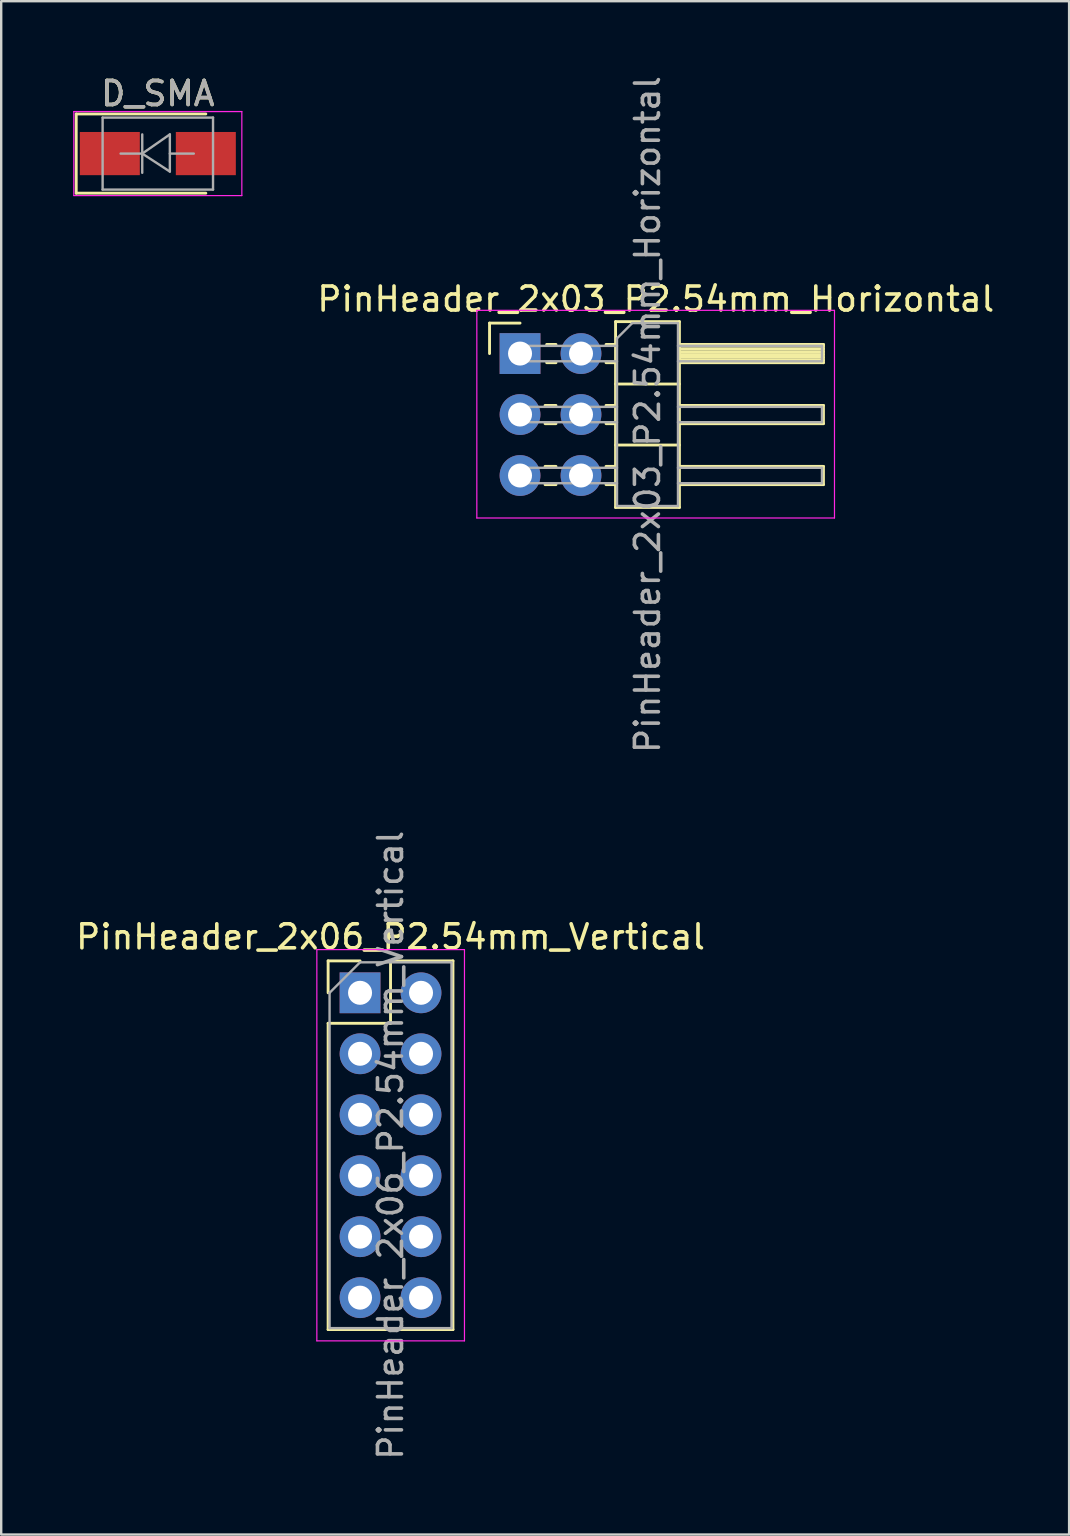
<source format=kicad_pcb>
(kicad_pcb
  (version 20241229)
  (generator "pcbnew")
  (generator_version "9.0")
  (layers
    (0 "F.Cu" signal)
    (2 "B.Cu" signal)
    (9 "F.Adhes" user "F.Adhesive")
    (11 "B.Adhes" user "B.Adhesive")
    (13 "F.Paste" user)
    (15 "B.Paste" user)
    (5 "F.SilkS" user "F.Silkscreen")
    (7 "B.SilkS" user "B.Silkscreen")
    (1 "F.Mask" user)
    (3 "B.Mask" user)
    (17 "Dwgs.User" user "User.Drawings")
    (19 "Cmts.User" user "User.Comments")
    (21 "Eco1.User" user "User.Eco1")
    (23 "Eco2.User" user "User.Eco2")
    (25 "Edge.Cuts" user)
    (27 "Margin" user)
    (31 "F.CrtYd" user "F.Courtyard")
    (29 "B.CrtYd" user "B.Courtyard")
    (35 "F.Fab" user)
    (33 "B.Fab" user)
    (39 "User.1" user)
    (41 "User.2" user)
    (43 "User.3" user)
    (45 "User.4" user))
  (footprint "D_SMA"
    (layer "F.Cu")
    (at 3.525 3.348)
    (property "Reference" "D_SMA" (at 0 -2.5 0) (layer "F.SilkS") (effects (font (size 1 1) (thickness 0.15))))
    (attr smd)
    (fp_line (start -3.4 -1.65) (end -3.4 1.65) (stroke (width 0.12) (type solid)) (layer "F.SilkS"))
    (fp_line (start -3.4 -1.65) (end 2 -1.65) (stroke (width 0.12) (type solid)) (layer "F.SilkS"))
    (fp_line (start -3.4 1.65) (end 2 1.65) (stroke (width 0.12) (type solid)) (layer "F.SilkS"))
    (fp_line (start -3.5 -1.75) (end 3.5 -1.75) (stroke (width 0.05) (type solid)) (layer "F.CrtYd"))
    (fp_line (start -3.5 1.75) (end -3.5 -1.75) (stroke (width 0.05) (type solid)) (layer "F.CrtYd"))
    (fp_line (start 3.5 -1.75) (end 3.5 1.75) (stroke (width 0.05) (type solid)) (layer "F.CrtYd"))
    (fp_line (start 3.5 1.75) (end -3.5 1.75) (stroke (width 0.05) (type solid)) (layer "F.CrtYd"))
    (fp_line (start -2.3 1.5) (end -2.3 -1.5) (stroke (width 0.1) (type solid)) (layer "F.Fab"))
    (fp_line (start -0.649 -0.799) (end -0.649 0.801) (stroke (width 0.1) (type solid)) (layer "F.Fab"))
    (fp_line (start -0.649 0.001) (end -1.551 0.001) (stroke (width 0.1) (type solid)) (layer "F.Fab"))
    (fp_line (start -0.649 0.001) (end 0.501 -0.799) (stroke (width 0.1) (type solid)) (layer "F.Fab"))
    (fp_line (start -0.649 0.001) (end 0.501 0.75) (stroke (width 0.1) (type solid)) (layer "F.Fab"))
    (fp_line (start 0.501 0.001) (end 1.499 0.001) (stroke (width 0.1) (type solid)) (layer "F.Fab"))
    (fp_line (start 0.501 0.75) (end 0.501 -0.799) (stroke (width 0.1) (type solid)) (layer "F.Fab"))
    (fp_line (start 2.3 -1.5) (end -2.3 -1.5) (stroke (width 0.1) (type solid)) (layer "F.Fab"))
    (fp_line (start 2.3 -1.5) (end 2.3 1.5) (stroke (width 0.1) (type solid)) (layer "F.Fab"))
    (fp_line (start 2.3 1.5) (end -2.3 1.5) (stroke (width 0.1) (type solid)) (layer "F.Fab"))
    (fp_text user "${REFERENCE}" (at 0 -2.5 0) (layer "F.Fab") (effects (font (size 1 1) (thickness 0.15))))
    (pad "1" smd rect (at 2 0) (size 2.5 1.8) (layers "F.Cu" "F.Mask" "F.Paste"))
    (pad "2" smd rect (at -2 0) (size 2.5 1.8) (layers "F.Cu" "F.Mask" "F.Paste")))
  (footprint "PinHeader_2x03_P2.54mm_Horizontal"
    (layer "F.Cu")
    (at 18.615 11.68)
    (property "Reference" "PinHeader_2x03_P2.54mm_Horizontal" (at 5.655 -2.27 0) (layer "F.SilkS") (effects (font (size 1 1) (thickness 0.15))))
    (attr through_hole)
    (fp_line (start -1.27 -1.27) (end 0 -1.27) (stroke (width 0.12) (type solid)) (layer "F.SilkS"))
    (fp_line (start -1.27 0) (end -1.27 -1.27) (stroke (width 0.12) (type solid)) (layer "F.SilkS"))
    (fp_line (start 1.043 2.16) (end 1.497 2.16) (stroke (width 0.12) (type solid)) (layer "F.SilkS"))
    (fp_line (start 1.043 2.92) (end 1.497 2.92) (stroke (width 0.12) (type solid)) (layer "F.SilkS"))
    (fp_line (start 1.043 4.7) (end 1.497 4.7) (stroke (width 0.12) (type solid)) (layer "F.SilkS"))
    (fp_line (start 1.043 5.46) (end 1.497 5.46) (stroke (width 0.12) (type solid)) (layer "F.SilkS"))
    (fp_line (start 1.11 -0.38) (end 1.497 -0.38) (stroke (width 0.12) (type solid)) (layer "F.SilkS"))
    (fp_line (start 1.11 0.38) (end 1.497 0.38) (stroke (width 0.12) (type solid)) (layer "F.SilkS"))
    (fp_line (start 3.583 -0.38) (end 3.98 -0.38) (stroke (width 0.12) (type solid)) (layer "F.SilkS"))
    (fp_line (start 3.583 0.38) (end 3.98 0.38) (stroke (width 0.12) (type solid)) (layer "F.SilkS"))
    (fp_line (start 3.583 2.16) (end 3.98 2.16) (stroke (width 0.12) (type solid)) (layer "F.SilkS"))
    (fp_line (start 3.583 2.92) (end 3.98 2.92) (stroke (width 0.12) (type solid)) (layer "F.SilkS"))
    (fp_line (start 3.583 4.7) (end 3.98 4.7) (stroke (width 0.12) (type solid)) (layer "F.SilkS"))
    (fp_line (start 3.583 5.46) (end 3.98 5.46) (stroke (width 0.12) (type solid)) (layer "F.SilkS"))
    (fp_line (start 3.98 -1.33) (end 3.98 6.41) (stroke (width 0.12) (type solid)) (layer "F.SilkS"))
    (fp_line (start 3.98 1.27) (end 6.64 1.27) (stroke (width 0.12) (type solid)) (layer "F.SilkS"))
    (fp_line (start 3.98 3.81) (end 6.64 3.81) (stroke (width 0.12) (type solid)) (layer "F.SilkS"))
    (fp_line (start 3.98 6.41) (end 6.64 6.41) (stroke (width 0.12) (type solid)) (layer "F.SilkS"))
    (fp_line (start 6.64 -1.33) (end 3.98 -1.33) (stroke (width 0.12) (type solid)) (layer "F.SilkS"))
    (fp_line (start 6.64 -0.38) (end 12.64 -0.38) (stroke (width 0.12) (type solid)) (layer "F.SilkS"))
    (fp_line (start 6.64 -0.32) (end 12.64 -0.32) (stroke (width 0.12) (type solid)) (layer "F.SilkS"))
    (fp_line (start 6.64 -0.2) (end 12.64 -0.2) (stroke (width 0.12) (type solid)) (layer "F.SilkS"))
    (fp_line (start 6.64 -0.08) (end 12.64 -0.08) (stroke (width 0.12) (type solid)) (layer "F.SilkS"))
    (fp_line (start 6.64 0.04) (end 12.64 0.04) (stroke (width 0.12) (type solid)) (layer "F.SilkS"))
    (fp_line (start 6.64 0.16) (end 12.64 0.16) (stroke (width 0.12) (type solid)) (layer "F.SilkS"))
    (fp_line (start 6.64 0.28) (end 12.64 0.28) (stroke (width 0.12) (type solid)) (layer "F.SilkS"))
    (fp_line (start 6.64 2.16) (end 12.64 2.16) (stroke (width 0.12) (type solid)) (layer "F.SilkS"))
    (fp_line (start 6.64 4.7) (end 12.64 4.7) (stroke (width 0.12) (type solid)) (layer "F.SilkS"))
    (fp_line (start 6.64 6.41) (end 6.64 -1.33) (stroke (width 0.12) (type solid)) (layer "F.SilkS"))
    (fp_line (start 12.64 -0.38) (end 12.64 0.38) (stroke (width 0.12) (type solid)) (layer "F.SilkS"))
    (fp_line (start 12.64 0.38) (end 6.64 0.38) (stroke (width 0.12) (type solid)) (layer "F.SilkS"))
    (fp_line (start 12.64 2.16) (end 12.64 2.92) (stroke (width 0.12) (type solid)) (layer "F.SilkS"))
    (fp_line (start 12.64 2.92) (end 6.64 2.92) (stroke (width 0.12) (type solid)) (layer "F.SilkS"))
    (fp_line (start 12.64 4.7) (end 12.64 5.46) (stroke (width 0.12) (type solid)) (layer "F.SilkS"))
    (fp_line (start 12.64 5.46) (end 6.64 5.46) (stroke (width 0.12) (type solid)) (layer "F.SilkS"))
    (fp_line (start -1.8 -1.8) (end -1.8 6.85) (stroke (width 0.05) (type solid)) (layer "F.CrtYd"))
    (fp_line (start -1.8 6.85) (end 13.1 6.85) (stroke (width 0.05) (type solid)) (layer "F.CrtYd"))
    (fp_line (start 13.1 -1.8) (end -1.8 -1.8) (stroke (width 0.05) (type solid)) (layer "F.CrtYd"))
    (fp_line (start 13.1 6.85) (end 13.1 -1.8) (stroke (width 0.05) (type solid)) (layer "F.CrtYd"))
    (fp_line (start -0.32 -0.32) (end -0.32 0.32) (stroke (width 0.1) (type solid)) (layer "F.Fab"))
    (fp_line (start -0.32 -0.32) (end 4.04 -0.32) (stroke (width 0.1) (type solid)) (layer "F.Fab"))
    (fp_line (start -0.32 0.32) (end 4.04 0.32) (stroke (width 0.1) (type solid)) (layer "F.Fab"))
    (fp_line (start -0.32 2.22) (end -0.32 2.86) (stroke (width 0.1) (type solid)) (layer "F.Fab"))
    (fp_line (start -0.32 2.22) (end 4.04 2.22) (stroke (width 0.1) (type solid)) (layer "F.Fab"))
    (fp_line (start -0.32 2.86) (end 4.04 2.86) (stroke (width 0.1) (type solid)) (layer "F.Fab"))
    (fp_line (start -0.32 4.76) (end -0.32 5.4) (stroke (width 0.1) (type solid)) (layer "F.Fab"))
    (fp_line (start -0.32 4.76) (end 4.04 4.76) (stroke (width 0.1) (type solid)) (layer "F.Fab"))
    (fp_line (start -0.32 5.4) (end 4.04 5.4) (stroke (width 0.1) (type solid)) (layer "F.Fab"))
    (fp_line (start 4.04 -0.635) (end 4.675 -1.27) (stroke (width 0.1) (type solid)) (layer "F.Fab"))
    (fp_line (start 4.04 6.35) (end 4.04 -0.635) (stroke (width 0.1) (type solid)) (layer "F.Fab"))
    (fp_line (start 4.675 -1.27) (end 6.58 -1.27) (stroke (width 0.1) (type solid)) (layer "F.Fab"))
    (fp_line (start 6.58 -1.27) (end 6.58 6.35) (stroke (width 0.1) (type solid)) (layer "F.Fab"))
    (fp_line (start 6.58 -0.32) (end 12.58 -0.32) (stroke (width 0.1) (type solid)) (layer "F.Fab"))
    (fp_line (start 6.58 0.32) (end 12.58 0.32) (stroke (width 0.1) (type solid)) (layer "F.Fab"))
    (fp_line (start 6.58 2.22) (end 12.58 2.22) (stroke (width 0.1) (type solid)) (layer "F.Fab"))
    (fp_line (start 6.58 2.86) (end 12.58 2.86) (stroke (width 0.1) (type solid)) (layer "F.Fab"))
    (fp_line (start 6.58 4.76) (end 12.58 4.76) (stroke (width 0.1) (type solid)) (layer "F.Fab"))
    (fp_line (start 6.58 5.4) (end 12.58 5.4) (stroke (width 0.1) (type solid)) (layer "F.Fab"))
    (fp_line (start 6.58 6.35) (end 4.04 6.35) (stroke (width 0.1) (type solid)) (layer "F.Fab"))
    (fp_line (start 12.58 -0.32) (end 12.58 0.32) (stroke (width 0.1) (type solid)) (layer "F.Fab"))
    (fp_line (start 12.58 2.22) (end 12.58 2.86) (stroke (width 0.1) (type solid)) (layer "F.Fab"))
    (fp_line (start 12.58 4.76) (end 12.58 5.4) (stroke (width 0.1) (type solid)) (layer "F.Fab"))
    (fp_text user "${REFERENCE}" (at 5.31 2.54 90) (layer "F.Fab") (effects (font (size 1 1) (thickness 0.15))))
    (pad "1" thru_hole rect (at 0 0) (size 1.7 1.7) (drill 1) (layers "*.Cu" "*.Mask"))
    (pad "2" thru_hole oval (at 0 2.54) (size 1.7 1.7) (drill 1) (layers "*.Cu" "*.Mask"))
    (pad "3" thru_hole oval (at 0 5.08) (size 1.7 1.7) (drill 1) (layers "*.Cu" "*.Mask"))
    (pad "4" thru_hole oval (at 2.54 5.08) (size 1.7 1.7) (drill 1) (layers "*.Cu" "*.Mask"))
    (pad "5" thru_hole oval (at 2.54 2.54) (size 1.7 1.7) (drill 1) (layers "*.Cu" "*.Mask"))
    (pad "6" thru_hole oval (at 2.54 0) (size 1.7 1.7) (drill 1) (layers "*.Cu" "*.Mask")))
  (footprint "PinHeader_2x06_P2.54mm_Vertical"
    (layer "F.Cu")
    (at 11.95 38.311)
    (property "Reference" "PinHeader_2x06_P2.54mm_Vertical" (at 1.27 -2.33 0) (layer "F.SilkS") (effects (font (size 1 1) (thickness 0.15))))
    (attr through_hole)
    (fp_line (start -1.33 -1.33) (end 0 -1.33) (stroke (width 0.12) (type solid)) (layer "F.SilkS"))
    (fp_line (start -1.33 0) (end -1.33 -1.33) (stroke (width 0.12) (type solid)) (layer "F.SilkS"))
    (fp_line (start -1.33 1.27) (end -1.33 14.03) (stroke (width 0.12) (type solid)) (layer "F.SilkS"))
    (fp_line (start -1.33 1.27) (end 1.27 1.27) (stroke (width 0.12) (type solid)) (layer "F.SilkS"))
    (fp_line (start -1.33 14.03) (end 3.87 14.03) (stroke (width 0.12) (type solid)) (layer "F.SilkS"))
    (fp_line (start 1.27 -1.33) (end 3.87 -1.33) (stroke (width 0.12) (type solid)) (layer "F.SilkS"))
    (fp_line (start 1.27 1.27) (end 1.27 -1.33) (stroke (width 0.12) (type solid)) (layer "F.SilkS"))
    (fp_line (start 3.87 -1.33) (end 3.87 14.03) (stroke (width 0.12) (type solid)) (layer "F.SilkS"))
    (fp_line (start -1.8 -1.8) (end -1.8 14.5) (stroke (width 0.05) (type solid)) (layer "F.CrtYd"))
    (fp_line (start -1.8 14.5) (end 4.35 14.5) (stroke (width 0.05) (type solid)) (layer "F.CrtYd"))
    (fp_line (start 4.35 -1.8) (end -1.8 -1.8) (stroke (width 0.05) (type solid)) (layer "F.CrtYd"))
    (fp_line (start 4.35 14.5) (end 4.35 -1.8) (stroke (width 0.05) (type solid)) (layer "F.CrtYd"))
    (fp_line (start -1.27 0) (end 0 -1.27) (stroke (width 0.1) (type solid)) (layer "F.Fab"))
    (fp_line (start -1.27 13.97) (end -1.27 0) (stroke (width 0.1) (type solid)) (layer "F.Fab"))
    (fp_line (start 0 -1.27) (end 3.81 -1.27) (stroke (width 0.1) (type solid)) (layer "F.Fab"))
    (fp_line (start 3.81 -1.27) (end 3.81 13.97) (stroke (width 0.1) (type solid)) (layer "F.Fab"))
    (fp_line (start 3.81 13.97) (end -1.27 13.97) (stroke (width 0.1) (type solid)) (layer "F.Fab"))
    (fp_text user "${REFERENCE}" (at 1.27 6.35 90) (layer "F.Fab") (effects (font (size 1 1) (thickness 0.15))))
    (pad "1" thru_hole rect (at 0 0) (size 1.7 1.7) (drill 1) (layers "*.Cu" "*.Mask"))
    (pad "2" thru_hole oval (at 0 2.54) (size 1.7 1.7) (drill 1) (layers "*.Cu" "*.Mask"))
    (pad "3" thru_hole oval (at 0 5.08) (size 1.7 1.7) (drill 1) (layers "*.Cu" "*.Mask"))
    (pad "4" thru_hole oval (at 0 7.62) (size 1.7 1.7) (drill 1) (layers "*.Cu" "*.Mask"))
    (pad "5" thru_hole oval (at 0 10.16) (size 1.7 1.7) (drill 1) (layers "*.Cu" "*.Mask"))
    (pad "6" thru_hole oval (at 0 12.7) (size 1.7 1.7) (drill 1) (layers "*.Cu" "*.Mask"))
    (pad "7" thru_hole oval (at 2.54 12.7) (size 1.7 1.7) (drill 1) (layers "*.Cu" "*.Mask"))
    (pad "8" thru_hole oval (at 2.54 10.16) (size 1.7 1.7) (drill 1) (layers "*.Cu" "*.Mask"))
    (pad "9" thru_hole oval (at 2.54 7.62) (size 1.7 1.7) (drill 1) (layers "*.Cu" "*.Mask"))
    (pad "10" thru_hole oval (at 2.54 5.08) (size 1.7 1.7) (drill 1) (layers "*.Cu" "*.Mask"))
    (pad "11" thru_hole oval (at 2.54 2.54) (size 1.7 1.7) (drill 1) (layers "*.Cu" "*.Mask"))
    (pad "12" thru_hole oval (at 2.54 0) (size 1.7 1.7) (drill 1) (layers "*.Cu" "*.Mask")))
  (gr_rect
    (start -3 -3)
    (end 41.49 60.881)
    (stroke (width 0.1) (type default))
    (fill no)
    (layer "Edge.Cuts")))
</source>
